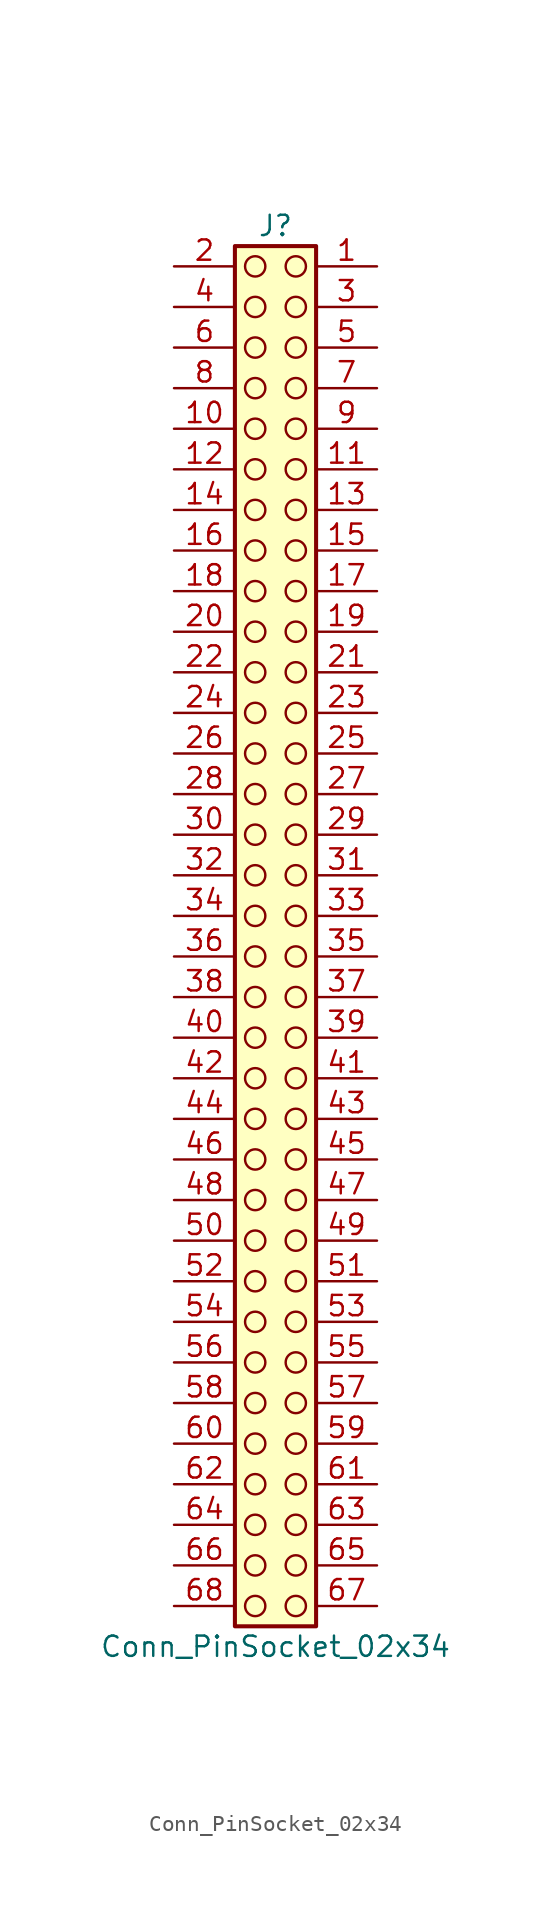
<source format=kicad_sym>
(kicad_symbol_lib
  (version 20241209)
  (generator "kicad_symbol_editor")
  (generator_version "9.0")
  (symbol "Conn_PinSocket_02x34"
    (pin_names
      (offset 1.016)
      (hide yes))
    (property "Reference" "J"
      (at 1.27 43.18 0)
      (effects (font (size 1.27 1.27))))
    (property "Value" "Conn_PinSocket_02x34"
      (at 1.27 -45.72 0)
      (effects (font (size 1.27 1.27))))
    (symbol "Conn_PinSocket_02x34_1_1"
      (rectangle (start -1.27 41.91) (end 3.81 -44.45) (stroke (width 0.254) (type default)) (fill (type background)))
      (circle (center 0 40.64) (radius 0.635) (stroke (width 0) (type solid) (color 132 0 0 1)) (fill (type none)))
      (circle (center 0 38.1) (radius 0.635) (stroke (width 0) (type solid) (color 132 0 0 1)) (fill (type none)))
      (circle (center 0 35.56) (radius 0.635) (stroke (width 0) (type solid) (color 132 0 0 1)) (fill (type none)))
      (circle (center 0 33.02) (radius 0.635) (stroke (width 0) (type solid) (color 132 0 0 1)) (fill (type none)))
      (circle (center 0 30.48) (radius 0.635) (stroke (width 0) (type solid) (color 132 0 0 1)) (fill (type none)))
      (circle (center 0 27.94) (radius 0.635) (stroke (width 0) (type solid) (color 132 0 0 1)) (fill (type none)))
      (circle (center 0 25.4) (radius 0.635) (stroke (width 0) (type solid) (color 132 0 0 1)) (fill (type none)))
      (circle (center 0 22.86) (radius 0.635) (stroke (width 0) (type solid) (color 132 0 0 1)) (fill (type none)))
      (circle (center 0 20.32) (radius 0.635) (stroke (width 0) (type solid) (color 132 0 0 1)) (fill (type none)))
      (circle (center 0 17.78) (radius 0.635) (stroke (width 0) (type solid) (color 132 0 0 1)) (fill (type none)))
      (circle (center 0 15.24) (radius 0.635) (stroke (width 0) (type solid) (color 132 0 0 1)) (fill (type none)))
      (circle (center 0 12.7) (radius 0.635) (stroke (width 0) (type solid) (color 132 0 0 1)) (fill (type none)))
      (circle (center 0 10.16) (radius 0.635) (stroke (width 0) (type solid) (color 132 0 0 1)) (fill (type none)))
      (circle (center 0 7.62) (radius 0.635) (stroke (width 0) (type solid) (color 132 0 0 1)) (fill (type none)))
      (circle (center 0 5.08) (radius 0.635) (stroke (width 0) (type solid) (color 132 0 0 1)) (fill (type none)))
      (circle (center 0 2.54) (radius 0.635) (stroke (width 0) (type solid) (color 132 0 0 1)) (fill (type none)))
      (circle (center 0 0) (radius 0.635) (stroke (width 0) (type solid) (color 132 0 0 1)) (fill (type none)))
      (circle (center 0 -2.54) (radius 0.635) (stroke (width 0) (type solid) (color 132 0 0 1)) (fill (type none)))
      (circle (center 0 -5.08) (radius 0.635) (stroke (width 0) (type solid) (color 132 0 0 1)) (fill (type none)))
      (circle (center 0 -7.62) (radius 0.635) (stroke (width 0) (type solid) (color 132 0 0 1)) (fill (type none)))
      (circle (center 0 -10.16) (radius 0.635) (stroke (width 0) (type solid) (color 132 0 0 1)) (fill (type none)))
      (circle (center 0 -12.7) (radius 0.635) (stroke (width 0) (type solid) (color 132 0 0 1)) (fill (type none)))
      (circle (center 0 -15.24) (radius 0.635) (stroke (width 0) (type solid) (color 132 0 0 1)) (fill (type none)))
      (circle (center 0 -17.78) (radius 0.635) (stroke (width 0) (type solid) (color 132 0 0 1)) (fill (type none)))
      (circle (center 0 -20.32) (radius 0.635) (stroke (width 0) (type solid) (color 132 0 0 1)) (fill (type none)))
      (circle (center 0 -22.86) (radius 0.635) (stroke (width 0) (type solid) (color 132 0 0 1)) (fill (type none)))
      (circle (center 0 -25.4) (radius 0.635) (stroke (width 0) (type solid) (color 132 0 0 1)) (fill (type none)))
      (circle (center 0 -27.94) (radius 0.635) (stroke (width 0) (type solid) (color 132 0 0 1)) (fill (type none)))
      (circle (center 0 -30.48) (radius 0.635) (stroke (width 0) (type solid) (color 132 0 0 1)) (fill (type none)))
      (circle (center 0 -33.02) (radius 0.635) (stroke (width 0) (type solid) (color 132 0 0 1)) (fill (type none)))
      (circle (center 0 -35.56) (radius 0.635) (stroke (width 0) (type solid) (color 132 0 0 1)) (fill (type none)))
      (circle (center 0 -38.1) (radius 0.635) (stroke (width 0) (type solid) (color 132 0 0 1)) (fill (type none)))
      (circle (center 0 -40.64) (radius 0.635) (stroke (width 0) (type solid) (color 132 0 0 1)) (fill (type none)))
      (circle (center 0 -43.18) (radius 0.635) (stroke (width 0) (type solid) (color 132 0 0 1)) (fill (type none)))
      (circle (center 2.54 40.64) (radius 0.635) (stroke (width 0) (type solid) (color 132 0 0 1)) (fill (type none)))
      (circle (center 2.54 38.1) (radius 0.635) (stroke (width 0) (type solid) (color 132 0 0 1)) (fill (type none)))
      (circle (center 2.54 35.56) (radius 0.635) (stroke (width 0) (type solid) (color 132 0 0 1)) (fill (type none)))
      (circle (center 2.54 33.02) (radius 0.635) (stroke (width 0) (type solid) (color 132 0 0 1)) (fill (type none)))
      (circle (center 2.54 30.48) (radius 0.635) (stroke (width 0) (type solid) (color 132 0 0 1)) (fill (type none)))
      (circle (center 2.54 27.94) (radius 0.635) (stroke (width 0) (type solid) (color 132 0 0 1)) (fill (type none)))
      (circle (center 2.54 25.4) (radius 0.635) (stroke (width 0) (type solid) (color 132 0 0 1)) (fill (type none)))
      (circle (center 2.54 22.86) (radius 0.635) (stroke (width 0) (type solid) (color 132 0 0 1)) (fill (type none)))
      (circle (center 2.54 20.32) (radius 0.635) (stroke (width 0) (type solid) (color 132 0 0 1)) (fill (type none)))
      (circle (center 2.54 17.78) (radius 0.635) (stroke (width 0) (type solid) (color 132 0 0 1)) (fill (type none)))
      (circle (center 2.54 15.24) (radius 0.635) (stroke (width 0) (type solid) (color 132 0 0 1)) (fill (type none)))
      (circle (center 2.54 12.7) (radius 0.635) (stroke (width 0) (type solid) (color 132 0 0 1)) (fill (type none)))
      (circle (center 2.54 10.16) (radius 0.635) (stroke (width 0) (type solid) (color 132 0 0 1)) (fill (type none)))
      (circle (center 2.54 7.62) (radius 0.635) (stroke (width 0) (type solid) (color 132 0 0 1)) (fill (type none)))
      (circle (center 2.54 5.08) (radius 0.635) (stroke (width 0) (type solid) (color 132 0 0 1)) (fill (type none)))
      (circle (center 2.54 2.54) (radius 0.635) (stroke (width 0) (type solid) (color 132 0 0 1)) (fill (type none)))
      (circle (center 2.54 0) (radius 0.635) (stroke (width 0) (type solid) (color 132 0 0 1)) (fill (type none)))
      (circle (center 2.54 -2.54) (radius 0.635) (stroke (width 0) (type solid) (color 132 0 0 1)) (fill (type none)))
      (circle (center 2.54 -5.08) (radius 0.635) (stroke (width 0) (type solid) (color 132 0 0 1)) (fill (type none)))
      (circle (center 2.54 -7.62) (radius 0.635) (stroke (width 0) (type solid) (color 132 0 0 1)) (fill (type none)))
      (circle (center 2.54 -10.16) (radius 0.635) (stroke (width 0) (type solid) (color 132 0 0 1)) (fill (type none)))
      (circle (center 2.54 -12.7) (radius 0.635) (stroke (width 0) (type solid) (color 132 0 0 1)) (fill (type none)))
      (circle (center 2.54 -15.24) (radius 0.635) (stroke (width 0) (type solid) (color 132 0 0 1)) (fill (type none)))
      (circle (center 2.54 -17.78) (radius 0.635) (stroke (width 0) (type solid) (color 132 0 0 1)) (fill (type none)))
      (circle (center 2.54 -20.32) (radius 0.635) (stroke (width 0) (type solid) (color 132 0 0 1)) (fill (type none)))
      (circle (center 2.54 -22.86) (radius 0.635) (stroke (width 0) (type solid) (color 132 0 0 1)) (fill (type none)))
      (circle (center 2.54 -25.4) (radius 0.635) (stroke (width 0) (type solid) (color 132 0 0 1)) (fill (type none)))
      (circle (center 2.54 -27.94) (radius 0.635) (stroke (width 0) (type solid) (color 132 0 0 1)) (fill (type none)))
      (circle (center 2.54 -30.48) (radius 0.635) (stroke (width 0) (type solid) (color 132 0 0 1)) (fill (type none)))
      (circle (center 2.54 -33.02) (radius 0.635) (stroke (width 0) (type solid) (color 132 0 0 1)) (fill (type none)))
      (circle (center 2.54 -35.56) (radius 0.635) (stroke (width 0) (type solid) (color 132 0 0 1)) (fill (type none)))
      (circle (center 2.54 -38.1) (radius 0.635) (stroke (width 0) (type solid) (color 132 0 0 1)) (fill (type none)))
      (circle (center 2.54 -40.64) (radius 0.635) (stroke (width 0) (type solid) (color 132 0 0 1)) (fill (type none)))
      (circle (center 2.54 -43.18) (radius 0.635) (stroke (width 0) (type solid) (color 132 0 0 1)) (fill (type none)))
      (pin passive line (at -5.08 40.64 0) (length 3.81) (name "Pin_2" (effects (font (size 1.27 1.27)))) (number "2" (effects (font (size 1.27 1.27)))))
      (pin passive line (at -5.08 38.1 0) (length 3.81) (name "Pin_4" (effects (font (size 1.27 1.27)))) (number "4" (effects (font (size 1.27 1.27)))))
      (pin passive line (at -5.08 35.56 0) (length 3.81) (name "Pin_6" (effects (font (size 1.27 1.27)))) (number "6" (effects (font (size 1.27 1.27)))))
      (pin passive line (at -5.08 33.02 0) (length 3.81) (name "Pin_8" (effects (font (size 1.27 1.27)))) (number "8" (effects (font (size 1.27 1.27)))))
      (pin passive line (at -5.08 30.48 0) (length 3.81) (name "Pin_10" (effects (font (size 1.27 1.27)))) (number "10" (effects (font (size 1.27 1.27)))))
      (pin passive line (at -5.08 27.94 0) (length 3.81) (name "Pin_12" (effects (font (size 1.27 1.27)))) (number "12" (effects (font (size 1.27 1.27)))))
      (pin passive line (at -5.08 25.4 0) (length 3.81) (name "Pin_14" (effects (font (size 1.27 1.27)))) (number "14" (effects (font (size 1.27 1.27)))))
      (pin passive line (at -5.08 22.86 0) (length 3.81) (name "Pin_16" (effects (font (size 1.27 1.27)))) (number "16" (effects (font (size 1.27 1.27)))))
      (pin passive line (at -5.08 20.32 0) (length 3.81) (name "Pin_18" (effects (font (size 1.27 1.27)))) (number "18" (effects (font (size 1.27 1.27)))))
      (pin passive line (at -5.08 17.78 0) (length 3.81) (name "Pin_20" (effects (font (size 1.27 1.27)))) (number "20" (effects (font (size 1.27 1.27)))))
      (pin passive line (at -5.08 15.24 0) (length 3.81) (name "Pin_22" (effects (font (size 1.27 1.27)))) (number "22" (effects (font (size 1.27 1.27)))))
      (pin passive line (at -5.08 12.7 0) (length 3.81) (name "Pin_24" (effects (font (size 1.27 1.27)))) (number "24" (effects (font (size 1.27 1.27)))))
      (pin passive line (at -5.08 10.16 0) (length 3.81) (name "Pin_26" (effects (font (size 1.27 1.27)))) (number "26" (effects (font (size 1.27 1.27)))))
      (pin passive line (at -5.08 7.62 0) (length 3.81) (name "Pin_28" (effects (font (size 1.27 1.27)))) (number "28" (effects (font (size 1.27 1.27)))))
      (pin passive line (at -5.08 5.08 0) (length 3.81) (name "Pin_30" (effects (font (size 1.27 1.27)))) (number "30" (effects (font (size 1.27 1.27)))))
      (pin passive line (at -5.08 2.54 0) (length 3.81) (name "Pin_32" (effects (font (size 1.27 1.27)))) (number "32" (effects (font (size 1.27 1.27)))))
      (pin passive line (at -5.08 0 0) (length 3.81) (name "Pin_34" (effects (font (size 1.27 1.27)))) (number "34" (effects (font (size 1.27 1.27)))))
      (pin passive line (at -5.08 -2.54 0) (length 3.81) (name "Pin_36" (effects (font (size 1.27 1.27)))) (number "36" (effects (font (size 1.27 1.27)))))
      (pin passive line (at -5.08 -5.08 0) (length 3.81) (name "Pin_38" (effects (font (size 1.27 1.27)))) (number "38" (effects (font (size 1.27 1.27)))))
      (pin passive line (at -5.08 -7.62 0) (length 3.81) (name "Pin_40" (effects (font (size 1.27 1.27)))) (number "40" (effects (font (size 1.27 1.27)))))
      (pin passive line (at -5.08 -10.16 0) (length 3.81) (name "Pin_42" (effects (font (size 1.27 1.27)))) (number "42" (effects (font (size 1.27 1.27)))))
      (pin passive line (at -5.08 -12.7 0) (length 3.81) (name "Pin_44" (effects (font (size 1.27 1.27)))) (number "44" (effects (font (size 1.27 1.27)))))
      (pin passive line (at -5.08 -15.24 0) (length 3.81) (name "Pin_46" (effects (font (size 1.27 1.27)))) (number "46" (effects (font (size 1.27 1.27)))))
      (pin passive line (at -5.08 -17.78 0) (length 3.81) (name "Pin_48" (effects (font (size 1.27 1.27)))) (number "48" (effects (font (size 1.27 1.27)))))
      (pin passive line (at -5.08 -20.32 0) (length 3.81) (name "Pin_50" (effects (font (size 1.27 1.27)))) (number "50" (effects (font (size 1.27 1.27)))))
      (pin passive line (at -5.08 -22.86 0) (length 3.81) (name "Pin_52" (effects (font (size 1.27 1.27)))) (number "52" (effects (font (size 1.27 1.27)))))
      (pin passive line (at -5.08 -25.4 0) (length 3.81) (name "Pin_54" (effects (font (size 1.27 1.27)))) (number "54" (effects (font (size 1.27 1.27)))))
      (pin passive line (at -5.08 -27.94 0) (length 3.81) (name "Pin_56" (effects (font (size 1.27 1.27)))) (number "56" (effects (font (size 1.27 1.27)))))
      (pin passive line (at -5.08 -30.48 0) (length 3.81) (name "Pin_58" (effects (font (size 1.27 1.27)))) (number "58" (effects (font (size 1.27 1.27)))))
      (pin passive line (at -5.08 -33.02 0) (length 3.81) (name "Pin_60" (effects (font (size 1.27 1.27)))) (number "60" (effects (font (size 1.27 1.27)))))
      (pin passive line (at -5.08 -35.56 0) (length 3.81) (name "Pin_62" (effects (font (size 1.27 1.27)))) (number "62" (effects (font (size 1.27 1.27)))))
      (pin passive line (at -5.08 -38.1 0) (length 3.81) (name "Pin_64" (effects (font (size 1.27 1.27)))) (number "64" (effects (font (size 1.27 1.27)))))
      (pin passive line (at -5.08 -40.64 0) (length 3.81) (name "Pin_66" (effects (font (size 1.27 1.27)))) (number "66" (effects (font (size 1.27 1.27)))))
      (pin passive line (at -5.08 -43.18 0) (length 3.81) (name "Pin_68" (effects (font (size 1.27 1.27)))) (number "68" (effects (font (size 1.27 1.27)))))
      (pin passive line (at 7.62 40.64 180) (length 3.81) (name "Pin_1" (effects (font (size 1.27 1.27)))) (number "1" (effects (font (size 1.27 1.27)))))
      (pin passive line (at 7.62 38.1 180) (length 3.81) (name "Pin_3" (effects (font (size 1.27 1.27)))) (number "3" (effects (font (size 1.27 1.27)))))
      (pin passive line (at 7.62 35.56 180) (length 3.81) (name "Pin_5" (effects (font (size 1.27 1.27)))) (number "5" (effects (font (size 1.27 1.27)))))
      (pin passive line (at 7.62 33.02 180) (length 3.81) (name "Pin_7" (effects (font (size 1.27 1.27)))) (number "7" (effects (font (size 1.27 1.27)))))
      (pin passive line (at 7.62 30.48 180) (length 3.81) (name "Pin_9" (effects (font (size 1.27 1.27)))) (number "9" (effects (font (size 1.27 1.27)))))
      (pin passive line (at 7.62 27.94 180) (length 3.81) (name "Pin_11" (effects (font (size 1.27 1.27)))) (number "11" (effects (font (size 1.27 1.27)))))
      (pin passive line (at 7.62 25.4 180) (length 3.81) (name "Pin_13" (effects (font (size 1.27 1.27)))) (number "13" (effects (font (size 1.27 1.27)))))
      (pin passive line (at 7.62 22.86 180) (length 3.81) (name "Pin_15" (effects (font (size 1.27 1.27)))) (number "15" (effects (font (size 1.27 1.27)))))
      (pin passive line (at 7.62 20.32 180) (length 3.81) (name "Pin_17" (effects (font (size 1.27 1.27)))) (number "17" (effects (font (size 1.27 1.27)))))
      (pin passive line (at 7.62 17.78 180) (length 3.81) (name "Pin_19" (effects (font (size 1.27 1.27)))) (number "19" (effects (font (size 1.27 1.27)))))
      (pin passive line (at 7.62 15.24 180) (length 3.81) (name "Pin_21" (effects (font (size 1.27 1.27)))) (number "21" (effects (font (size 1.27 1.27)))))
      (pin passive line (at 7.62 12.7 180) (length 3.81) (name "Pin_23" (effects (font (size 1.27 1.27)))) (number "23" (effects (font (size 1.27 1.27)))))
      (pin passive line (at 7.62 10.16 180) (length 3.81) (name "Pin_25" (effects (font (size 1.27 1.27)))) (number "25" (effects (font (size 1.27 1.27)))))
      (pin passive line (at 7.62 7.62 180) (length 3.81) (name "Pin_27" (effects (font (size 1.27 1.27)))) (number "27" (effects (font (size 1.27 1.27)))))
      (pin passive line (at 7.62 5.08 180) (length 3.81) (name "Pin_29" (effects (font (size 1.27 1.27)))) (number "29" (effects (font (size 1.27 1.27)))))
      (pin passive line (at 7.62 2.54 180) (length 3.81) (name "Pin_31" (effects (font (size 1.27 1.27)))) (number "31" (effects (font (size 1.27 1.27)))))
      (pin passive line (at 7.62 0 180) (length 3.81) (name "Pin_33" (effects (font (size 1.27 1.27)))) (number "33" (effects (font (size 1.27 1.27)))))
      (pin passive line (at 7.62 -2.54 180) (length 3.81) (name "Pin_35" (effects (font (size 1.27 1.27)))) (number "35" (effects (font (size 1.27 1.27)))))
      (pin passive line (at 7.62 -5.08 180) (length 3.81) (name "Pin_37" (effects (font (size 1.27 1.27)))) (number "37" (effects (font (size 1.27 1.27)))))
      (pin passive line (at 7.62 -7.62 180) (length 3.81) (name "Pin_39" (effects (font (size 1.27 1.27)))) (number "39" (effects (font (size 1.27 1.27)))))
      (pin passive line (at 7.62 -10.16 180) (length 3.81) (name "Pin_41" (effects (font (size 1.27 1.27)))) (number "41" (effects (font (size 1.27 1.27)))))
      (pin passive line (at 7.62 -12.7 180) (length 3.81) (name "Pin_43" (effects (font (size 1.27 1.27)))) (number "43" (effects (font (size 1.27 1.27)))))
      (pin passive line (at 7.62 -15.24 180) (length 3.81) (name "Pin_45" (effects (font (size 1.27 1.27)))) (number "45" (effects (font (size 1.27 1.27)))))
      (pin passive line (at 7.62 -17.78 180) (length 3.81) (name "Pin_47" (effects (font (size 1.27 1.27)))) (number "47" (effects (font (size 1.27 1.27)))))
      (pin passive line (at 7.62 -20.32 180) (length 3.81) (name "Pin_49" (effects (font (size 1.27 1.27)))) (number "49" (effects (font (size 1.27 1.27)))))
      (pin passive line (at 7.62 -22.86 180) (length 3.81) (name "Pin_51" (effects (font (size 1.27 1.27)))) (number "51" (effects (font (size 1.27 1.27)))))
      (pin passive line (at 7.62 -25.4 180) (length 3.81) (name "Pin_53" (effects (font (size 1.27 1.27)))) (number "53" (effects (font (size 1.27 1.27)))))
      (pin passive line (at 7.62 -27.94 180) (length 3.81) (name "Pin_55" (effects (font (size 1.27 1.27)))) (number "55" (effects (font (size 1.27 1.27)))))
      (pin passive line (at 7.62 -30.48 180) (length 3.81) (name "Pin_57" (effects (font (size 1.27 1.27)))) (number "57" (effects (font (size 1.27 1.27)))))
      (pin passive line (at 7.62 -33.02 180) (length 3.81) (name "Pin_59" (effects (font (size 1.27 1.27)))) (number "59" (effects (font (size 1.27 1.27)))))
      (pin passive line (at 7.62 -35.56 180) (length 3.81) (name "Pin_61" (effects (font (size 1.27 1.27)))) (number "61" (effects (font (size 1.27 1.27)))))
      (pin passive line (at 7.62 -38.1 180) (length 3.81) (name "Pin_63" (effects (font (size 1.27 1.27)))) (number "63" (effects (font (size 1.27 1.27)))))
      (pin passive line (at 7.62 -40.64 180) (length 3.81) (name "Pin_65" (effects (font (size 1.27 1.27)))) (number "65" (effects (font (size 1.27 1.27)))))
      (pin passive line (at 7.62 -43.18 180) (length 3.81) (name "Pin_67" (effects (font (size 1.27 1.27)))) (number "67" (effects (font (size 1.27 1.27))))))))
</source>
